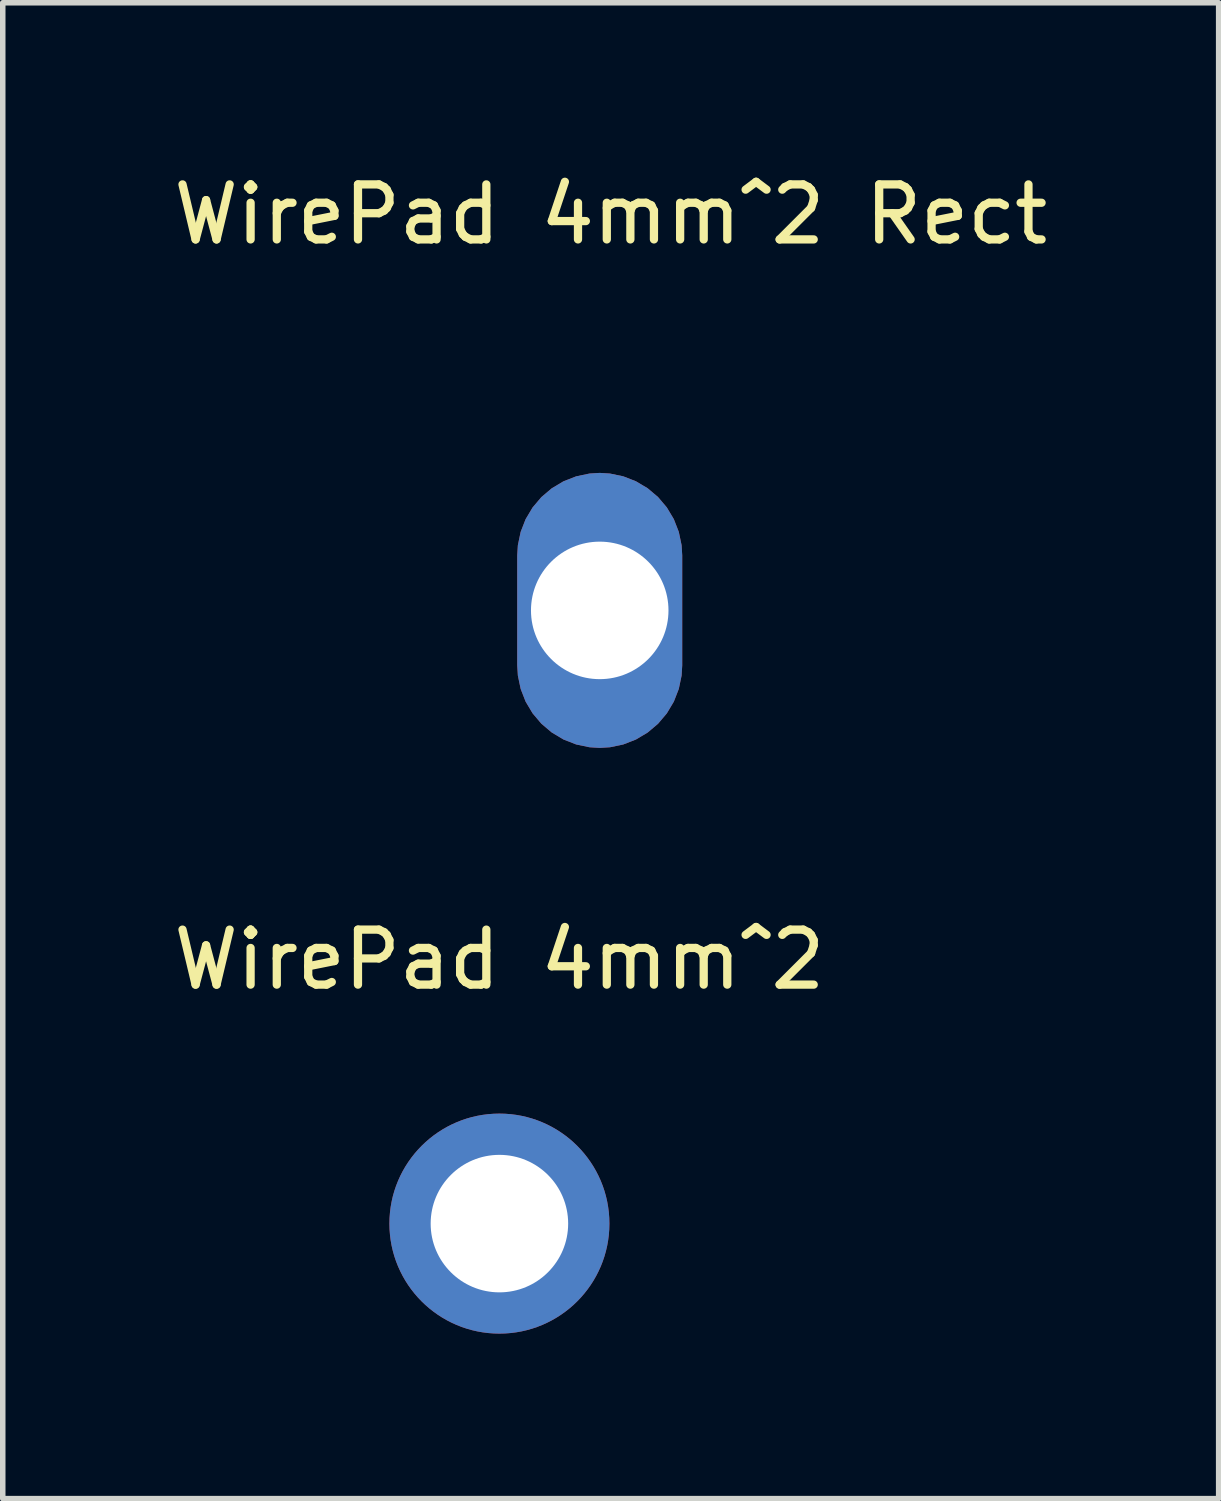
<source format=kicad_pcb>
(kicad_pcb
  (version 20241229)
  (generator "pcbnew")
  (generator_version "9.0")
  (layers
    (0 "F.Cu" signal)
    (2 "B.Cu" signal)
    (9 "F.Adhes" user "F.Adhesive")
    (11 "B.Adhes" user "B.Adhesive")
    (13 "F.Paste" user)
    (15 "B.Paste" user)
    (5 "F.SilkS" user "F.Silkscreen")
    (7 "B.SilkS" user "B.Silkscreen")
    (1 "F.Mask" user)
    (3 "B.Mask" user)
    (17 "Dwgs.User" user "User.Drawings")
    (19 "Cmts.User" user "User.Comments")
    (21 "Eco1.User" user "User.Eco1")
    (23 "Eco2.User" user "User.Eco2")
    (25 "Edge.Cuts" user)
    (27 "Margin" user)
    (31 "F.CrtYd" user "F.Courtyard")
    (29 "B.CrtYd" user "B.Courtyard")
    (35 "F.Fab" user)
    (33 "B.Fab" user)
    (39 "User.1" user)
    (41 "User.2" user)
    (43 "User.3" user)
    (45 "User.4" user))
  (footprint "WirePad 4mm^2 Rect"
    (layer "F.Cu")
    (at 7.854 8.048)
    (property "Reference" "WirePad 4mm^2 Rect" (at 0.2 -7.2 0) (unlocked yes) (layer "F.SilkS") (effects (font (size 1 1) (thickness 0.15))))
    (attr through_hole)
    (pad "1" thru_hole roundrect (at 0 0) (size 3 5) (drill 2.5) (layers "*.Cu" "*.Mask") (roundrect_rratio 0.5)))
  (footprint "WirePad 4mm^2"
    (layer "F.Cu")
    (at 6.03 19.197)
    (property "Reference" "WirePad 4mm^2" (at 0 -4.8 0) (unlocked yes) (layer "F.SilkS") (effects (font (size 1 1) (thickness 0.15))))
    (attr through_hole)
    (pad "1" thru_hole circle (at 0 0) (size 4 4) (drill 2.5) (layers "*.Cu" "*.Mask")))
  (gr_rect
    (start -3 -3)
    (end 19.107 24.197)
    (stroke (width 0.1) (type default))
    (fill no)
    (layer "Edge.Cuts")))
</source>
